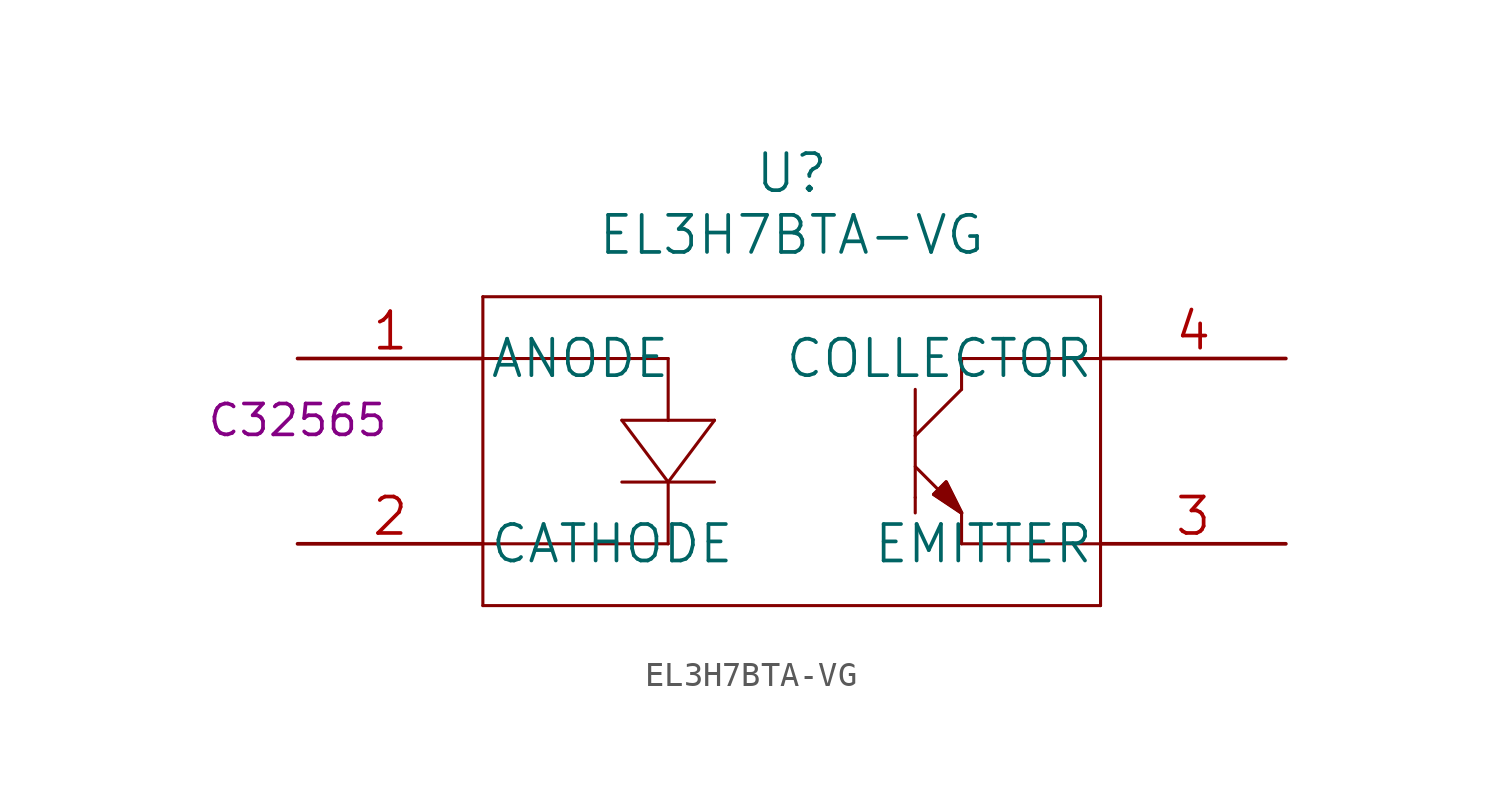
<source format=kicad_sym>
(kicad_symbol_lib
  (version 20220914)
  (generator kicad_symbol_editor)
  (symbol "EL3H7BTA-VG"
    (pin_names
      (offset 0.254))
    (property "Reference" "U"
      (at 20.32 10.16 0)
      (effects (font (size 1.524 1.524))))
    (property "Value" "EL3H7BTA-VG"
      (at 20.32 7.62 0)
      (effects (font (size 1.524 1.524))))
    (property "Datasheet" ""
      (at 0 0 0)
      (effects (font (size 1.524 1.524))))
    (property "LCSC" "C32565"
      (at 0 0 0)
      (effects (font (size 1.27 1.27))))
    (symbol "EL3H7BTA-VG_1_1"
      (polyline (pts (xy 7.62 -7.62) (xy 33.02 -7.62)) (stroke (width 0.127) (type default)) (fill (type none)))
      (polyline (pts (xy 7.62 -5.08) (xy 15.24 -5.08)) (stroke (width 0.127) (type default)) (fill (type none)))
      (polyline (pts (xy 7.62 2.54) (xy 15.24 2.54)) (stroke (width 0.127) (type default)) (fill (type none)))
      (polyline (pts (xy 7.62 5.08) (xy 7.62 -7.62)) (stroke (width 0.127) (type default)) (fill (type none)))
      (polyline (pts (xy 13.335 -2.54) (xy 17.145 -2.54)) (stroke (width 0.127) (type default)) (fill (type none)))
      (polyline (pts (xy 13.335 0) (xy 17.145 0)) (stroke (width 0.127) (type default)) (fill (type none)))
      (polyline (pts (xy 15.24 -5.08) (xy 15.24 -2.54)) (stroke (width 0.127) (type default)) (fill (type none)))
      (polyline (pts (xy 15.24 -2.54) (xy 13.335 0)) (stroke (width 0.127) (type default)) (fill (type none)))
      (polyline (pts (xy 15.24 -2.54) (xy 17.145 0)) (stroke (width 0.127) (type default)) (fill (type none)))
      (polyline (pts (xy 15.24 2.54) (xy 15.24 0)) (stroke (width 0.127) (type default)) (fill (type none)))
      (polyline (pts (xy 25.4 -3.175) (xy 25.4 -3.81)) (stroke (width 0.127) (type default)) (fill (type none)))
      (polyline (pts (xy 25.4 -1.905) (xy 27.305 -3.81)) (stroke (width 0.127) (type default)) (fill (type none)))
      (polyline (pts (xy 25.4 -0.635) (xy 25.4 -3.175)) (stroke (width 0.127) (type default)) (fill (type none)))
      (polyline (pts (xy 25.4 -0.635) (xy 25.4 1.27)) (stroke (width 0.127) (type default)) (fill (type none)))
      (polyline (pts (xy 26.162 -3.048) (xy 27.305 -3.81)) (stroke (width 0.127) (type default)) (fill (type none)))
      (polyline (pts (xy 26.67 -2.54) (xy 26.162 -3.048)) (stroke (width 0.127) (type default)) (fill (type none)))
      (polyline (pts (xy 27.305 -5.08) (xy 27.305 -3.81)) (stroke (width 0.127) (type default)) (fill (type none)))
      (polyline (pts (xy 27.305 -3.81) (xy 26.67 -2.54)) (stroke (width 0.127) (type default)) (fill (type none)))
      (polyline (pts (xy 27.305 1.27) (xy 25.4 -0.635)) (stroke (width 0.127) (type default)) (fill (type none)))
      (polyline (pts (xy 27.305 2.54) (xy 27.305 1.27)) (stroke (width 0.127) (type default)) (fill (type none)))
      (polyline (pts (xy 33.02 -7.62) (xy 33.02 5.08)) (stroke (width 0.127) (type default)) (fill (type none)))
      (polyline (pts (xy 33.02 -5.08) (xy 27.305 -5.08)) (stroke (width 0.127) (type default)) (fill (type none)))
      (polyline (pts (xy 33.02 2.54) (xy 27.305 2.54)) (stroke (width 0.127) (type default)) (fill (type none)))
      (polyline (pts (xy 33.02 5.08) (xy 7.62 5.08)) (stroke (width 0.127) (type default)) (fill (type none)))
      (polyline (pts (xy 26.162 -3.048) (xy 26.67 -2.54) (xy 27.305 -3.81) (xy 26.162 -3.048)) (stroke (width 0) (type default)) (fill (type outline)))
      (pin unspecified line (at 0 2.54 0) (length 7.62) (name "ANODE" (effects (font (size 1.499 1.499)))) (number "1" (effects (font (size 1.499 1.499)))))
      (pin unspecified line (at 0 -5.08 0) (length 7.62) (name "CATHODE" (effects (font (size 1.499 1.499)))) (number "2" (effects (font (size 1.499 1.499)))))
      (pin unspecified line (at 40.64 -5.08 180) (length 7.62) (name "EMITTER" (effects (font (size 1.499 1.499)))) (number "3" (effects (font (size 1.499 1.499)))))
      (pin unspecified line (at 40.64 2.54 180) (length 7.62) (name "COLLECTOR" (effects (font (size 1.499 1.499)))) (number "4" (effects (font (size 1.499 1.499))))))))
</source>
